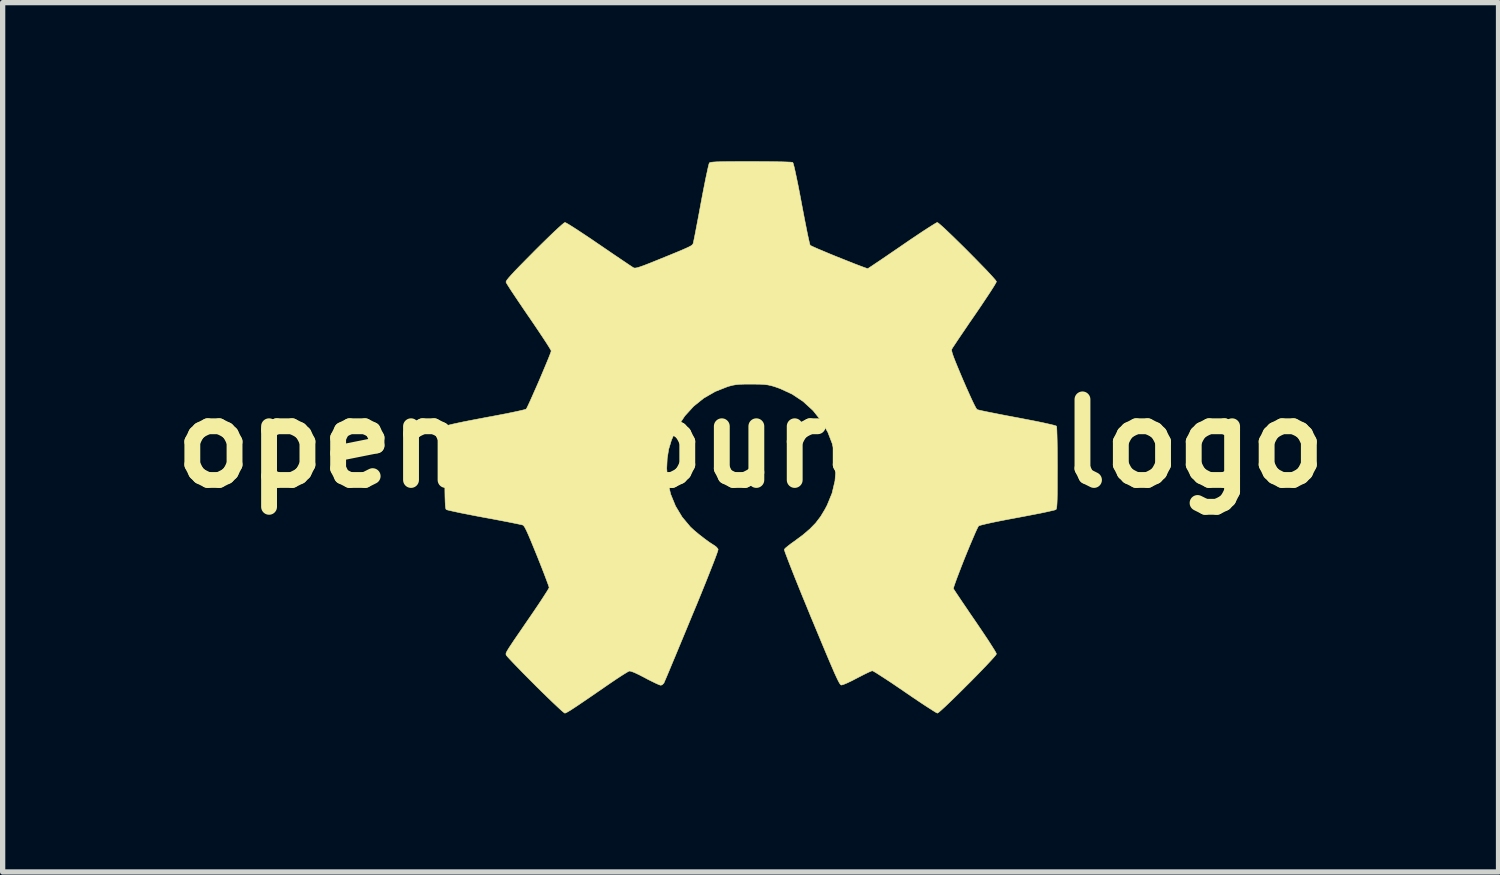
<source format=kicad_pcb>
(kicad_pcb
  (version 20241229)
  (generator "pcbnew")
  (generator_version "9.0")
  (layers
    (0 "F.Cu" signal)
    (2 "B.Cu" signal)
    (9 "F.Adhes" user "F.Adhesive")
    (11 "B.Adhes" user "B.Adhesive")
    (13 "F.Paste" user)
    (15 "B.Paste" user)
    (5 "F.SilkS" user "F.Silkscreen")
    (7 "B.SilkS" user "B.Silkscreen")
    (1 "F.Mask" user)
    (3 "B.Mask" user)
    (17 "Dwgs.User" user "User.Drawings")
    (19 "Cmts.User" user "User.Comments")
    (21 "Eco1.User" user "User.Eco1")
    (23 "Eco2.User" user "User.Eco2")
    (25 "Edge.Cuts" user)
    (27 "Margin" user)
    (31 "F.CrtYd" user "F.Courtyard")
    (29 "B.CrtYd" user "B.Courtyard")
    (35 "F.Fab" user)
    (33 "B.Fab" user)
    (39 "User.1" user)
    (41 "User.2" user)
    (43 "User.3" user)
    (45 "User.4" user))
  (footprint "open-source-logo"
    (layer "F.Cu")
    (at 11.147 5.339)
    (property "Reference" "open-source-logo" (at 0 0 0) (layer "F.SilkS") (effects (font (size 1.524 1.524) (thickness 0.3))))
    (attr through_hole)
    (fp_poly (pts (xy 0.177 -5.333) (xy 0.335 -5.332) (xy 0.477 -5.33) (xy 0.598 -5.328) (xy 0.694 -5.325) (xy 0.761 -5.322) (xy 0.794 -5.318) (xy 0.797 -5.317) (xy 0.807 -5.294) (xy 0.823 -5.235) (xy 0.844 -5.143) (xy 0.87 -5.021) (xy 0.901 -4.871) (xy 0.935 -4.695) (xy 0.965 -4.535) (xy 0.997 -4.367) (xy 1.027 -4.211) (xy 1.055 -4.07) (xy 1.079 -3.95) (xy 1.1 -3.855) (xy 1.115 -3.788) (xy 1.125 -3.754) (xy 1.126 -3.751) (xy 1.15 -3.737) (xy 1.204 -3.712) (xy 1.283 -3.677) (xy 1.382 -3.636) (xy 1.493 -3.589) (xy 1.613 -3.54) (xy 1.736 -3.491) (xy 1.856 -3.443) (xy 1.967 -3.399) (xy 2.064 -3.362) (xy 2.142 -3.333) (xy 2.195 -3.314) (xy 2.218 -3.309) (xy 2.218 -3.309) (xy 2.238 -3.322) (xy 2.287 -3.354) (xy 2.361 -3.404) (xy 2.457 -3.468) (xy 2.57 -3.545) (xy 2.697 -3.632) (xy 2.835 -3.726) (xy 2.868 -3.749) (xy 3.008 -3.845) (xy 3.139 -3.933) (xy 3.257 -4.012) (xy 3.359 -4.078) (xy 3.441 -4.13) (xy 3.498 -4.165) (xy 3.528 -4.181) (xy 3.531 -4.181) (xy 3.553 -4.168) (xy 3.598 -4.13) (xy 3.664 -4.071) (xy 3.745 -3.994) (xy 3.838 -3.905) (xy 3.94 -3.805) (xy 4.048 -3.699) (xy 4.156 -3.59) (xy 4.263 -3.482) (xy 4.363 -3.379) (xy 4.455 -3.285) (xy 4.532 -3.202) (xy 4.593 -3.135) (xy 4.634 -3.088) (xy 4.65 -3.063) (xy 4.65 -3.062) (xy 4.639 -3.038) (xy 4.609 -2.986) (xy 4.561 -2.91) (xy 4.498 -2.813) (xy 4.422 -2.699) (xy 4.337 -2.572) (xy 4.244 -2.436) (xy 4.238 -2.427) (xy 4.143 -2.29) (xy 4.056 -2.161) (xy 3.977 -2.045) (xy 3.91 -1.946) (xy 3.858 -1.867) (xy 3.822 -1.813) (xy 3.806 -1.786) (xy 3.806 -1.786) (xy 3.803 -1.768) (xy 3.807 -1.738) (xy 3.82 -1.692) (xy 3.843 -1.627) (xy 3.878 -1.538) (xy 3.925 -1.424) (xy 3.986 -1.278) (xy 4.018 -1.203) (xy 4.081 -1.058) (xy 4.139 -0.929) (xy 4.189 -0.819) (xy 4.231 -0.732) (xy 4.263 -0.672) (xy 4.282 -0.644) (xy 4.284 -0.643) (xy 4.31 -0.635) (xy 4.37 -0.621) (xy 4.46 -0.602) (xy 4.575 -0.579) (xy 4.711 -0.552) (xy 4.862 -0.523) (xy 5.026 -0.492) (xy 5.044 -0.489) (xy 5.231 -0.453) (xy 5.396 -0.421) (xy 5.536 -0.392) (xy 5.648 -0.367) (xy 5.728 -0.348) (xy 5.775 -0.334) (xy 5.786 -0.328) (xy 5.79 -0.303) (xy 5.793 -0.244) (xy 5.796 -0.155) (xy 5.799 -0.039) (xy 5.801 0.098) (xy 5.802 0.253) (xy 5.803 0.42) (xy 5.803 0.462) (xy 5.802 0.66) (xy 5.802 0.822) (xy 5.801 0.953) (xy 5.799 1.054) (xy 5.796 1.13) (xy 5.792 1.185) (xy 5.787 1.22) (xy 5.781 1.241) (xy 5.775 1.249) (xy 5.75 1.258) (xy 5.691 1.272) (xy 5.603 1.292) (xy 5.49 1.316) (xy 5.356 1.342) (xy 5.206 1.371) (xy 5.048 1.401) (xy 4.87 1.434) (xy 4.711 1.465) (xy 4.573 1.493) (xy 4.461 1.518) (xy 4.378 1.538) (xy 4.328 1.552) (xy 4.314 1.558) (xy 4.299 1.583) (xy 4.272 1.638) (xy 4.236 1.719) (xy 4.193 1.82) (xy 4.144 1.935) (xy 4.093 2.059) (xy 4.041 2.187) (xy 3.991 2.314) (xy 3.945 2.434) (xy 3.904 2.541) (xy 3.871 2.632) (xy 3.848 2.699) (xy 3.837 2.738) (xy 3.837 2.746) (xy 3.85 2.767) (xy 3.882 2.816) (xy 3.932 2.891) (xy 3.996 2.986) (xy 4.072 3.098) (xy 4.157 3.224) (xy 4.248 3.356) (xy 4.34 3.492) (xy 4.425 3.618) (xy 4.5 3.731) (xy 4.562 3.828) (xy 4.61 3.904) (xy 4.64 3.956) (xy 4.65 3.979) (xy 4.637 4.001) (xy 4.599 4.046) (xy 4.54 4.111) (xy 4.464 4.192) (xy 4.374 4.286) (xy 4.275 4.388) (xy 4.169 4.496) (xy 4.06 4.604) (xy 3.953 4.711) (xy 3.85 4.812) (xy 3.756 4.903) (xy 3.674 4.981) (xy 3.607 5.042) (xy 3.56 5.083) (xy 3.535 5.099) (xy 3.534 5.1) (xy 3.511 5.089) (xy 3.46 5.058) (xy 3.385 5.01) (xy 3.289 4.948) (xy 3.176 4.873) (xy 3.05 4.788) (xy 2.92 4.699) (xy 2.785 4.607) (xy 2.66 4.522) (xy 2.547 4.448) (xy 2.451 4.386) (xy 2.376 4.338) (xy 2.325 4.308) (xy 2.303 4.298) (xy 2.275 4.307) (xy 2.219 4.332) (xy 2.143 4.369) (xy 2.054 4.415) (xy 2.013 4.436) (xy 1.915 4.487) (xy 1.829 4.528) (xy 1.762 4.556) (xy 1.721 4.568) (xy 1.715 4.568) (xy 1.705 4.563) (xy 1.692 4.548) (xy 1.675 4.521) (xy 1.653 4.479) (xy 1.625 4.421) (xy 1.589 4.343) (xy 1.546 4.243) (xy 1.493 4.12) (xy 1.43 3.971) (xy 1.355 3.792) (xy 1.268 3.583) (xy 1.167 3.34) (xy 1.149 3.298) (xy 1.063 3.087) (xy 0.98 2.886) (xy 0.904 2.698) (xy 0.835 2.527) (xy 0.775 2.375) (xy 0.724 2.244) (xy 0.684 2.139) (xy 0.655 2.062) (xy 0.64 2.016) (xy 0.638 2.003) (xy 0.657 1.98) (xy 0.703 1.942) (xy 0.766 1.893) (xy 0.828 1.849) (xy 0.99 1.729) (xy 1.122 1.616) (xy 1.232 1.503) (xy 1.325 1.381) (xy 1.408 1.243) (xy 1.449 1.165) (xy 1.541 0.94) (xy 1.596 0.708) (xy 1.615 0.473) (xy 1.599 0.238) (xy 1.547 0.008) (xy 1.461 -0.214) (xy 1.341 -0.423) (xy 1.187 -0.617) (xy 1.176 -0.629) (xy 0.992 -0.797) (xy 0.788 -0.933) (xy 0.559 -1.039) (xy 0.449 -1.078) (xy 0.384 -1.096) (xy 0.324 -1.109) (xy 0.257 -1.117) (xy 0.175 -1.122) (xy 0.068 -1.123) (xy 0.01 -1.123) (xy -0.112 -1.123) (xy -0.204 -1.12) (xy -0.277 -1.113) (xy -0.339 -1.102) (xy -0.401 -1.086) (xy -0.43 -1.078) (xy -0.668 -0.984) (xy -0.885 -0.859) (xy -1.077 -0.705) (xy -1.243 -0.523) (xy -1.38 -0.317) (xy -1.418 -0.244) (xy -1.497 -0.064) (xy -1.549 0.107) (xy -1.577 0.282) (xy -1.586 0.469) (xy -1.567 0.719) (xy -1.512 0.958) (xy -1.42 1.183) (xy -1.295 1.391) (xy -1.139 1.577) (xy -1.069 1.642) (xy -0.978 1.718) (xy -0.878 1.796) (xy -0.781 1.867) (xy -0.698 1.921) (xy -0.688 1.926) (xy -0.643 1.961) (xy -0.616 1.997) (xy -0.614 2.002) (xy -0.62 2.028) (xy -0.64 2.088) (xy -0.674 2.18) (xy -0.721 2.301) (xy -0.78 2.451) (xy -0.85 2.627) (xy -0.931 2.827) (xy -1.022 3.05) (xy -1.113 3.268) (xy -1.199 3.476) (xy -1.281 3.674) (xy -1.358 3.859) (xy -1.428 4.028) (xy -1.491 4.178) (xy -1.544 4.306) (xy -1.587 4.408) (xy -1.619 4.482) (xy -1.637 4.524) (xy -1.641 4.533) (xy -1.673 4.564) (xy -1.699 4.572) (xy -1.729 4.563) (xy -1.786 4.538) (xy -1.862 4.501) (xy -1.952 4.456) (xy -1.994 4.433) (xy -2.108 4.374) (xy -2.199 4.331) (xy -2.262 4.308) (xy -2.293 4.303) (xy -2.32 4.316) (xy -2.375 4.349) (xy -2.451 4.397) (xy -2.544 4.458) (xy -2.649 4.529) (xy -2.716 4.575) (xy -2.896 4.699) (xy -3.047 4.803) (xy -3.172 4.888) (xy -3.272 4.956) (xy -3.351 5.008) (xy -3.411 5.047) (xy -3.455 5.073) (xy -3.485 5.09) (xy -3.505 5.098) (xy -3.514 5.1) (xy -3.534 5.086) (xy -3.579 5.048) (xy -3.644 4.988) (xy -3.728 4.909) (xy -3.826 4.815) (xy -3.936 4.708) (xy -4.055 4.591) (xy -4.078 4.567) (xy -4.197 4.448) (xy -4.308 4.336) (xy -4.406 4.235) (xy -4.49 4.148) (xy -4.556 4.078) (xy -4.601 4.029) (xy -4.621 4.003) (xy -4.622 4.002) (xy -4.626 3.99) (xy -4.627 3.978) (xy -4.624 3.963) (xy -4.615 3.942) (xy -4.597 3.91) (xy -4.57 3.866) (xy -4.53 3.805) (xy -4.477 3.725) (xy -4.407 3.623) (xy -4.319 3.495) (xy -4.212 3.338) (xy -4.202 3.324) (xy -4.111 3.191) (xy -4.027 3.067) (xy -3.954 2.957) (xy -3.893 2.863) (xy -3.847 2.791) (xy -3.819 2.743) (xy -3.81 2.725) (xy -3.817 2.7) (xy -3.837 2.644) (xy -3.868 2.561) (xy -3.908 2.455) (xy -3.956 2.332) (xy -4.01 2.196) (xy -4.037 2.128) (xy -4.106 1.959) (xy -4.162 1.823) (xy -4.207 1.718) (xy -4.242 1.641) (xy -4.27 1.587) (xy -4.291 1.556) (xy -4.306 1.543) (xy -4.334 1.535) (xy -4.396 1.522) (xy -4.488 1.503) (xy -4.603 1.48) (xy -4.739 1.454) (xy -4.89 1.425) (xy -5.039 1.398) (xy -5.199 1.368) (xy -5.347 1.339) (xy -5.48 1.313) (xy -5.591 1.289) (xy -5.678 1.27) (xy -5.735 1.256) (xy -5.757 1.248) (xy -5.764 1.236) (xy -5.769 1.21) (xy -5.774 1.166) (xy -5.777 1.102) (xy -5.78 1.014) (xy -5.782 0.898) (xy -5.783 0.752) (xy -5.783 0.572) (xy -5.783 0.457) (xy -5.783 -0.312) (xy -5.739 -0.339) (xy -5.711 -0.348) (xy -5.648 -0.364) (xy -5.556 -0.384) (xy -5.439 -0.409) (xy -5.302 -0.436) (xy -5.15 -0.465) (xy -4.987 -0.496) (xy -4.982 -0.497) (xy -4.82 -0.527) (xy -4.669 -0.556) (xy -4.534 -0.583) (xy -4.42 -0.607) (xy -4.331 -0.627) (xy -4.271 -0.642) (xy -4.245 -0.651) (xy -4.245 -0.652) (xy -4.23 -0.676) (xy -4.204 -0.73) (xy -4.167 -0.81) (xy -4.123 -0.909) (xy -4.073 -1.022) (xy -4.02 -1.142) (xy -3.967 -1.266) (xy -3.916 -1.387) (xy -3.869 -1.499) (xy -3.828 -1.598) (xy -3.797 -1.676) (xy -3.777 -1.73) (xy -3.771 -1.752) (xy -3.782 -1.775) (xy -3.812 -1.825) (xy -3.86 -1.901) (xy -3.923 -1.997) (xy -3.999 -2.111) (xy -4.085 -2.239) (xy -4.178 -2.376) (xy -4.193 -2.397) (xy -4.288 -2.536) (xy -4.376 -2.666) (xy -4.455 -2.784) (xy -4.522 -2.884) (xy -4.574 -2.965) (xy -4.609 -3.021) (xy -4.625 -3.05) (xy -4.626 -3.051) (xy -4.623 -3.067) (xy -4.607 -3.094) (xy -4.576 -3.133) (xy -4.527 -3.188) (xy -4.46 -3.261) (xy -4.37 -3.354) (xy -4.258 -3.468) (xy -4.119 -3.608) (xy -4.092 -3.636) (xy -3.953 -3.774) (xy -3.829 -3.895) (xy -3.723 -3.997) (xy -3.635 -4.079) (xy -3.569 -4.138) (xy -3.526 -4.173) (xy -3.51 -4.181) (xy -3.486 -4.17) (xy -3.434 -4.14) (xy -3.357 -4.092) (xy -3.26 -4.029) (xy -3.145 -3.953) (xy -3.017 -3.868) (xy -2.88 -3.774) (xy -2.865 -3.764) (xy -2.727 -3.67) (xy -2.597 -3.581) (xy -2.48 -3.502) (xy -2.379 -3.434) (xy -2.299 -3.38) (xy -2.243 -3.343) (xy -2.215 -3.325) (xy -2.214 -3.325) (xy -2.197 -3.319) (xy -2.172 -3.32) (xy -2.134 -3.328) (xy -2.081 -3.345) (xy -2.006 -3.372) (xy -1.906 -3.411) (xy -1.777 -3.463) (xy -1.686 -3.5) (xy -1.526 -3.565) (xy -1.397 -3.618) (xy -1.297 -3.66) (xy -1.222 -3.693) (xy -1.168 -3.718) (xy -1.132 -3.737) (xy -1.109 -3.753) (xy -1.095 -3.767) (xy -1.088 -3.78) (xy -1.085 -3.789) (xy -1.079 -3.816) (xy -1.066 -3.878) (xy -1.048 -3.968) (xy -1.026 -4.084) (xy -1 -4.22) (xy -0.971 -4.373) (xy -0.941 -4.536) (xy -0.938 -4.553) (xy -0.907 -4.717) (xy -0.877 -4.87) (xy -0.85 -5.007) (xy -0.825 -5.123) (xy -0.805 -5.215) (xy -0.79 -5.277) (xy -0.781 -5.306) (xy -0.78 -5.307) (xy -0.768 -5.314) (xy -0.744 -5.32) (xy -0.704 -5.324) (xy -0.644 -5.328) (xy -0.561 -5.33) (xy -0.452 -5.332) (xy -0.313 -5.333) (xy -0.141 -5.334) (xy 0.007 -5.334) (xy 0.177 -5.333)) (stroke (width 0.01) (type solid)) (fill yes) (layer "F.SilkS")))
  (gr_rect
    (start -3 -3)
    (end 25.294 13.443)
    (stroke (width 0.1) (type default))
    (fill no)
    (layer "Edge.Cuts")))
</source>
